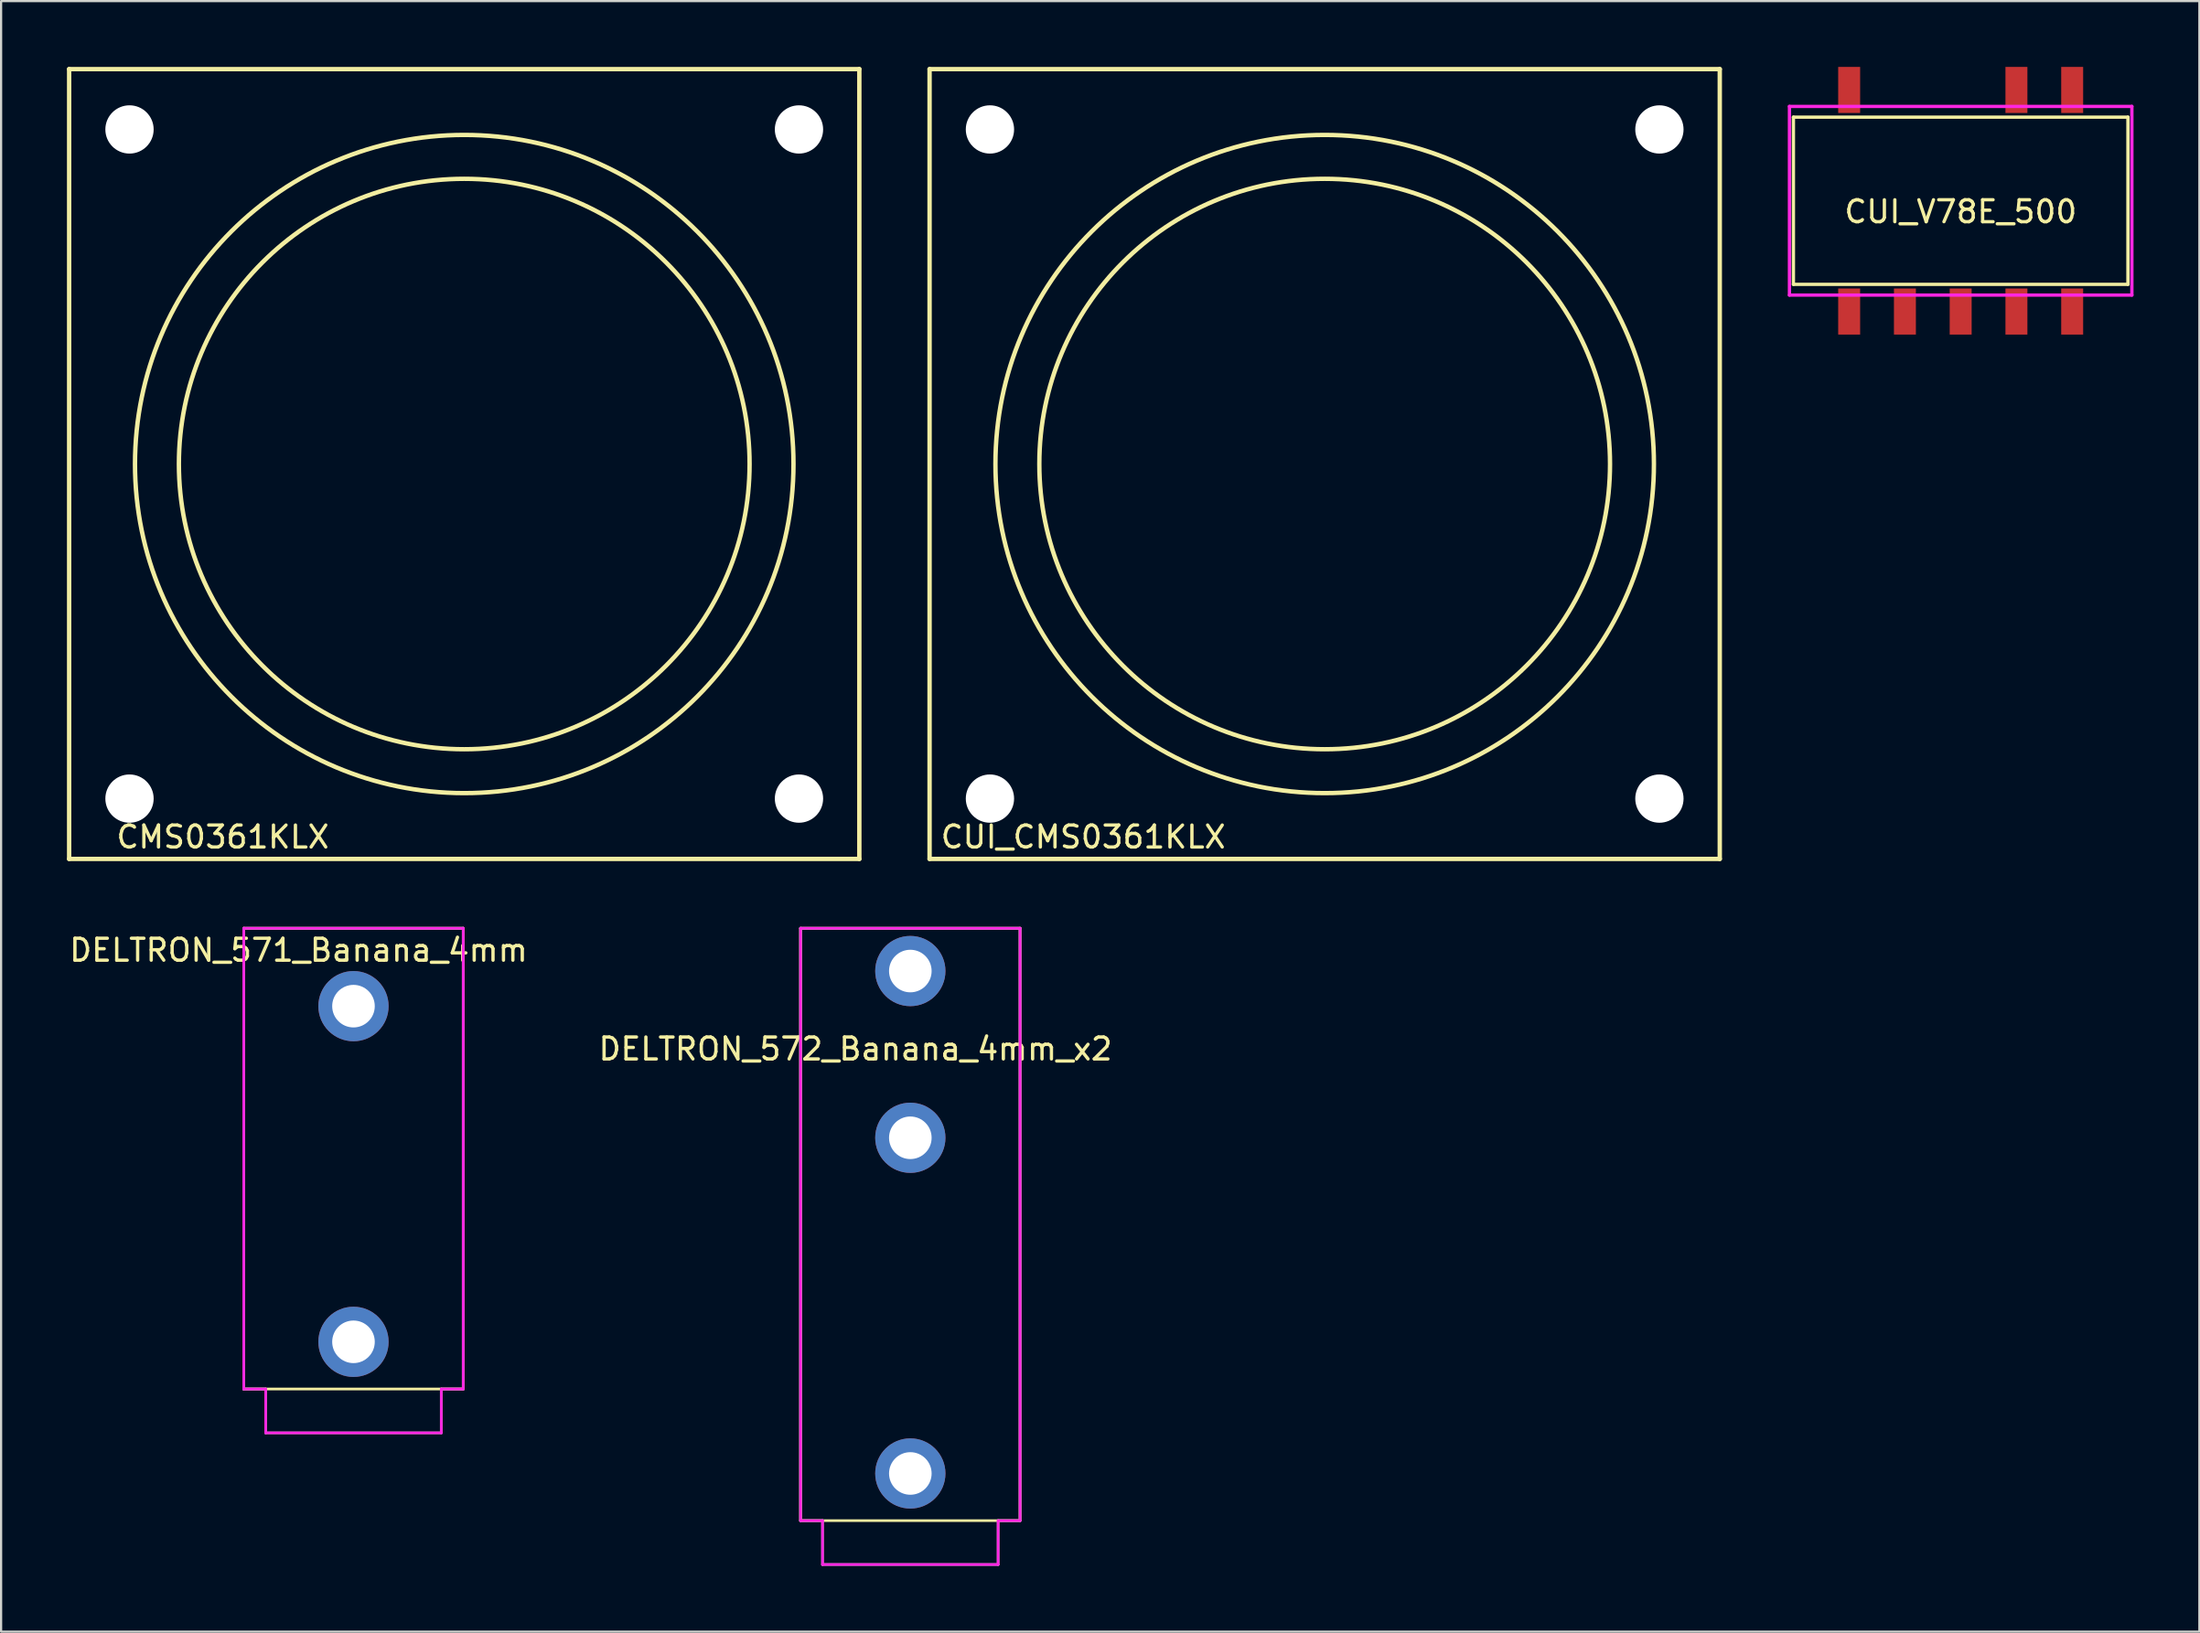
<source format=kicad_pcb>
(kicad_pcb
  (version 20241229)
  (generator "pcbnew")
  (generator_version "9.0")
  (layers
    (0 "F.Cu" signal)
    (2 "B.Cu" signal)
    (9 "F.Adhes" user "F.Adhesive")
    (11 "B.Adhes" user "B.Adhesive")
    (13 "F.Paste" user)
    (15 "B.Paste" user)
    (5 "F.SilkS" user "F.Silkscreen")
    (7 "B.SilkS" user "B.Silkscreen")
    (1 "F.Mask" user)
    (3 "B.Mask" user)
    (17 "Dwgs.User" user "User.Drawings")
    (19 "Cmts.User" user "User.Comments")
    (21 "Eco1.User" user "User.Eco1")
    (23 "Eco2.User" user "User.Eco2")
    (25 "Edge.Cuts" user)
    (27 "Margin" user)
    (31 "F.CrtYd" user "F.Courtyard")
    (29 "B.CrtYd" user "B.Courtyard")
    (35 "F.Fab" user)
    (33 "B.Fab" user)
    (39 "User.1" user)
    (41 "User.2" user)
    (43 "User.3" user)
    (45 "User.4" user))
  (footprint "DELTRON_571_Banana_4mm"
    (layer "F.Cu")
    (at 13.054 60.26)
    (property "Reference" "DELTRON_571_Banana_4mm" (at -2.5 -20 0) (layer "F.SilkS") (effects (font (size 1 1) (thickness 0.15))))
    (attr through_hole)
    (fp_line (start -5 -21) (end 5 -21) (stroke (width 0.12) (type solid)) (layer "F.SilkS"))
    (fp_line (start -5 0) (end -5 -21) (stroke (width 0.12) (type solid)) (layer "F.SilkS"))
    (fp_line (start 5 -21) (end 5 0) (stroke (width 0.12) (type solid)) (layer "F.SilkS"))
    (fp_line (start 5 0) (end -5 0) (stroke (width 0.12) (type solid)) (layer "F.SilkS"))
    (fp_line (start -5 -21) (end 5 -21) (stroke (width 0.12) (type solid)) (layer "F.CrtYd"))
    (fp_line (start -5 0) (end -5 -21) (stroke (width 0.12) (type solid)) (layer "F.CrtYd"))
    (fp_line (start -4 0) (end -5 0) (stroke (width 0.12) (type solid)) (layer "F.CrtYd"))
    (fp_line (start -4 2) (end -4 0) (stroke (width 0.12) (type solid)) (layer "F.CrtYd"))
    (fp_line (start 4 0) (end 4 2) (stroke (width 0.12) (type solid)) (layer "F.CrtYd"))
    (fp_line (start 4 2) (end -4 2) (stroke (width 0.12) (type solid)) (layer "F.CrtYd"))
    (fp_line (start 5 -21) (end 5 0) (stroke (width 0.12) (type solid)) (layer "F.CrtYd"))
    (fp_line (start 5 0) (end 4 0) (stroke (width 0.12) (type solid)) (layer "F.CrtYd"))
    (fp_line (start -5 -21) (end -5 0) (stroke (width 0.12) (type solid)) (layer "F.Fab"))
    (fp_line (start -5 0) (end -4 0) (stroke (width 0.12) (type solid)) (layer "F.Fab"))
    (fp_line (start -4 0) (end -4 2) (stroke (width 0.12) (type solid)) (layer "F.Fab"))
    (fp_line (start -4 2) (end 4 2) (stroke (width 0.12) (type solid)) (layer "F.Fab"))
    (fp_line (start 4 0) (end 5 0) (stroke (width 0.12) (type solid)) (layer "F.Fab"))
    (fp_line (start 4 2) (end 4 0) (stroke (width 0.12) (type solid)) (layer "F.Fab"))
    (fp_line (start 5 -21) (end -5 -21) (stroke (width 0.12) (type solid)) (layer "F.Fab"))
    (fp_line (start 5 0) (end 5 -21) (stroke (width 0.12) (type solid)) (layer "F.Fab"))
    (pad "1" thru_hole circle (at 0 -17.45) (size 3.2 3.2) (drill 1.94) (layers "*.Cu" "*.Mask"))
    (pad "1" thru_hole circle (at 0 -2.15) (size 3.2 3.2) (drill 1.94) (layers "*.Cu" "*.Mask")))
  (footprint "CMS0361KLX"
    (layer "F.Cu")
    (at 18.1 18.1)
    (property "Reference" "CMS0361KLX" (at -11 17 0) (layer "F.SilkS") (effects (font (size 1 1) (thickness 0.15))))
    (attr through_hole)
    (fp_line (start -18 -18) (end 18 -18) (stroke (width 0.2) (type solid)) (layer "F.SilkS"))
    (fp_line (start -18 18) (end -18 -18) (stroke (width 0.2) (type solid)) (layer "F.SilkS"))
    (fp_line (start 18 -18) (end 18 18) (stroke (width 0.2) (type solid)) (layer "F.SilkS"))
    (fp_line (start 18 18) (end -18 18) (stroke (width 0.2) (type solid)) (layer "F.SilkS"))
    (fp_circle (center 0 0) (end 13 0) (stroke (width 0.2) (type solid)) (fill no) (layer "F.SilkS"))
    (fp_circle (center 0 0) (end 15 0) (stroke (width 0.2) (type solid)) (fill no) (layer "F.SilkS"))
    (pad "" np_thru_hole circle (at -15.25 -15.25) (size 2.2 2.2) (drill 2.2) (layers "*.Cu" "*.Mask"))
    (pad "" np_thru_hole circle (at -15.25 15.25) (size 2.2 2.2) (drill 2.2) (layers "*.Cu" "*.Mask"))
    (pad "" np_thru_hole circle (at 15.25 -15.25) (size 2.2 2.2) (drill 2.2) (layers "*.Cu" "*.Mask"))
    (pad "" np_thru_hole circle (at 15.25 15.25) (size 2.2 2.2) (drill 2.2) (layers "*.Cu" "*.Mask")))
  (footprint "CUI_CMS0361KLX"
    (layer "F.Cu")
    (at 57.3 18.1)
    (property "Reference" "CUI_CMS0361KLX" (at -11 17 0) (layer "F.SilkS") (effects (font (size 1 1) (thickness 0.15))))
    (attr through_hole)
    (fp_line (start -18 -18) (end 18 -18) (stroke (width 0.2) (type solid)) (layer "F.SilkS"))
    (fp_line (start -18 18) (end -18 -18) (stroke (width 0.2) (type solid)) (layer "F.SilkS"))
    (fp_line (start 18 -18) (end 18 18) (stroke (width 0.2) (type solid)) (layer "F.SilkS"))
    (fp_line (start 18 18) (end -18 18) (stroke (width 0.2) (type solid)) (layer "F.SilkS"))
    (fp_circle (center 0 0) (end 13 0) (stroke (width 0.2) (type solid)) (fill no) (layer "F.SilkS"))
    (fp_circle (center 0 0) (end 15 0) (stroke (width 0.2) (type solid)) (fill no) (layer "F.SilkS"))
    (pad "" np_thru_hole circle (at -15.25 -15.25) (size 2.2 2.2) (drill 2.2) (layers "*.Cu" "*.Mask"))
    (pad "" np_thru_hole circle (at -15.25 15.25) (size 2.2 2.2) (drill 2.2) (layers "*.Cu" "*.Mask"))
    (pad "" np_thru_hole circle (at 15.25 -15.25) (size 2.2 2.2) (drill 2.2) (layers "*.Cu" "*.Mask"))
    (pad "" np_thru_hole circle (at 15.25 15.25) (size 2.2 2.2) (drill 2.2) (layers "*.Cu" "*.Mask")))
  (footprint "CUI_V78E_500"
    (layer "F.Cu")
    (at 86.275 6.1)
    (property "Reference" "CUI_V78E_500" (at 0 0.5 0) (layer "F.SilkS") (effects (font (size 1 1) (thickness 0.15))))
    (attr through_hole)
    (fp_line (start -7.62 -3.81) (end -7.62 3.81) (stroke (width 0.15) (type solid)) (layer "F.SilkS"))
    (fp_line (start -7.62 3.81) (end 7.62 3.81) (stroke (width 0.15) (type solid)) (layer "F.SilkS"))
    (fp_line (start 7.62 -3.81) (end -7.62 -3.81) (stroke (width 0.15) (type solid)) (layer "F.SilkS"))
    (fp_line (start 7.62 3.81) (end 7.62 -3.81) (stroke (width 0.15) (type solid)) (layer "F.SilkS"))
    (fp_line (start -7.8 -4.3) (end 7.8 -4.3) (stroke (width 0.15) (type solid)) (layer "F.CrtYd"))
    (fp_line (start -7.8 4.3) (end -7.8 -4.3) (stroke (width 0.15) (type solid)) (layer "F.CrtYd"))
    (fp_line (start 7.8 -4.3) (end 7.8 4.3) (stroke (width 0.15) (type solid)) (layer "F.CrtYd"))
    (fp_line (start 7.8 4.3) (end -7.8 4.3) (stroke (width 0.15) (type solid)) (layer "F.CrtYd"))
    (pad "1" smd rect (at -5.08 5.05) (size 1 2.1) (layers "F.Cu" "F.Mask" "F.Paste"))
    (pad "2" smd rect (at -2.54 5.05) (size 1 2.1) (layers "F.Cu" "F.Mask" "F.Paste"))
    (pad "3" smd rect (at 0 5.05) (size 1 2.1) (layers "F.Cu" "F.Mask" "F.Paste"))
    (pad "4" smd rect (at 2.54 5.05) (size 1 2.1) (layers "F.Cu" "F.Mask" "F.Paste"))
    (pad "5" smd rect (at 5.08 5.05) (size 1 2.1) (layers "F.Cu" "F.Mask" "F.Paste"))
    (pad "6" smd rect (at 5.08 -5.05) (size 1 2.1) (layers "F.Cu" "F.Mask" "F.Paste"))
    (pad "7" smd rect (at 2.54 -5.05) (size 1 2.1) (layers "F.Cu" "F.Mask" "F.Paste"))
    (pad "10" smd rect (at -5.08 -5.05) (size 1 2.1) (layers "F.Cu" "F.Mask" "F.Paste")))
  (footprint "DELTRON_572_Banana_4mm_x2"
    (layer "F.Cu")
    (at 38.423 66.26)
    (property "Reference" "DELTRON_572_Banana_4mm_x2" (at -2.5 -21.5 0) (layer "F.SilkS") (effects (font (size 1 1) (thickness 0.15))))
    (attr through_hole)
    (fp_line (start -5 -27) (end 5 -27) (stroke (width 0.12) (type solid)) (layer "F.SilkS"))
    (fp_line (start -5 0) (end -5 -27) (stroke (width 0.12) (type solid)) (layer "F.SilkS"))
    (fp_line (start 5 -27) (end 5 0) (stroke (width 0.12) (type solid)) (layer "F.SilkS"))
    (fp_line (start 5 0) (end -5 0) (stroke (width 0.12) (type solid)) (layer "F.SilkS"))
    (fp_line (start -5 -27) (end 5 -27) (stroke (width 0.12) (type solid)) (layer "F.CrtYd"))
    (fp_line (start -5 0) (end -5 -27) (stroke (width 0.12) (type solid)) (layer "F.CrtYd"))
    (fp_line (start -4 0) (end -5 0) (stroke (width 0.12) (type solid)) (layer "F.CrtYd"))
    (fp_line (start -4 2) (end -4 0) (stroke (width 0.12) (type solid)) (layer "F.CrtYd"))
    (fp_line (start 4 0) (end 4 2) (stroke (width 0.12) (type solid)) (layer "F.CrtYd"))
    (fp_line (start 4 2) (end -4 2) (stroke (width 0.12) (type solid)) (layer "F.CrtYd"))
    (fp_line (start 5 -27) (end 5 0) (stroke (width 0.12) (type solid)) (layer "F.CrtYd"))
    (fp_line (start 5 0) (end 4 0) (stroke (width 0.12) (type solid)) (layer "F.CrtYd"))
    (fp_line (start -5 -27) (end -5 0) (stroke (width 0.12) (type solid)) (layer "F.Fab"))
    (fp_line (start -5 0) (end -4 0) (stroke (width 0.12) (type solid)) (layer "F.Fab"))
    (fp_line (start -4 0) (end -4 2) (stroke (width 0.12) (type solid)) (layer "F.Fab"))
    (fp_line (start -4 2) (end 4 2) (stroke (width 0.12) (type solid)) (layer "F.Fab"))
    (fp_line (start 4 0) (end 5 0) (stroke (width 0.12) (type solid)) (layer "F.Fab"))
    (fp_line (start 4 2) (end 4 0) (stroke (width 0.12) (type solid)) (layer "F.Fab"))
    (fp_line (start 5 -27) (end -5 -27) (stroke (width 0.12) (type solid)) (layer "F.Fab"))
    (fp_line (start 5 0) (end 5 -27) (stroke (width 0.12) (type solid)) (layer "F.Fab"))
    (pad "1" thru_hole circle (at 0 -17.45) (size 3.2 3.2) (drill 1.94) (layers "*.Cu" "*.Mask"))
    (pad "1" thru_hole circle (at 0 -2.15) (size 3.2 3.2) (drill 1.94) (layers "*.Cu" "*.Mask"))
    (pad "2" thru_hole circle (at 0 -25.05) (size 3.2 3.2) (drill 1.94) (layers "*.Cu" "*.Mask")))
  (gr_rect
    (start -3 -3)
    (end 97.15 71.32)
    (stroke (width 0.1) (type default))
    (fill no)
    (layer "Edge.Cuts")))
</source>
